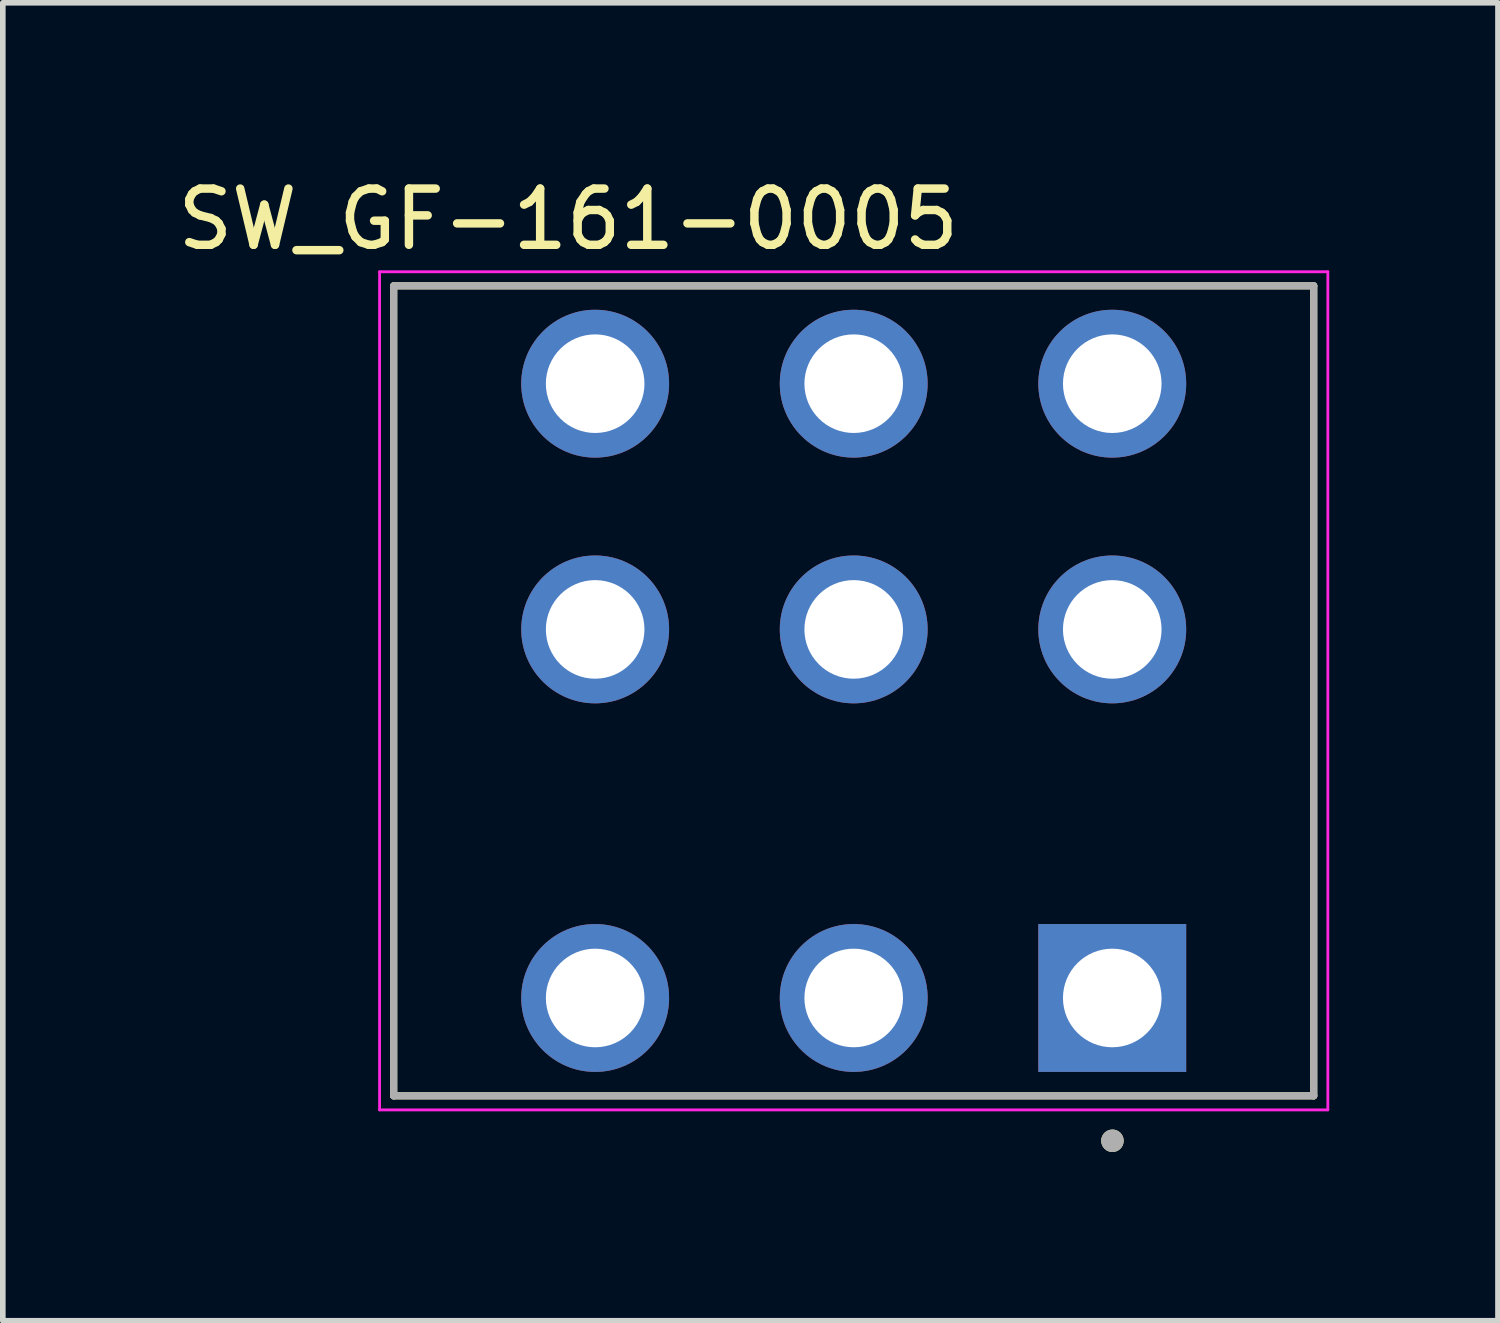
<source format=kicad_pcb>
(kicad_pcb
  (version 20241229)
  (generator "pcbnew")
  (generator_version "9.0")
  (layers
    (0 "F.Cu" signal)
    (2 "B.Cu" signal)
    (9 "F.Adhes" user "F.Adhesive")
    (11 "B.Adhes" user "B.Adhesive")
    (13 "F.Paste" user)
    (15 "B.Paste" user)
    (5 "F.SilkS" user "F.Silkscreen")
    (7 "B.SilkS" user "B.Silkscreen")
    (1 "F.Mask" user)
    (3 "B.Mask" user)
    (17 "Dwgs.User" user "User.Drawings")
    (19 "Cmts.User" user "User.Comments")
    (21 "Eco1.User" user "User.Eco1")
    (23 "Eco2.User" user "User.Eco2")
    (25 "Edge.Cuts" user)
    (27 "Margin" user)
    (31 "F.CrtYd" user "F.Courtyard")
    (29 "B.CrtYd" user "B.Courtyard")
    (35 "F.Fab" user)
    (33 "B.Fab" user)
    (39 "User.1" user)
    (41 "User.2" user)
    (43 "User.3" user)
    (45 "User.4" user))
  (footprint "SW_GF-161-0005"
    (layer "F.Cu")
    (at 12.129 9.233)
    (property "Reference" "SW_GF-161-0005" (at -5.075 -8.385 0) (layer "F.SilkS") (effects (font (size 1 1) (thickness 0.15))))
    (attr through_hole)
    (fp_line (start -8.179 -7.201) (end 8.179 -7.201) (stroke (width 0.127) (type solid)) (layer "F.SilkS"))
    (fp_line (start -8.179 7.201) (end -8.179 -7.201) (stroke (width 0.127) (type solid)) (layer "F.SilkS"))
    (fp_line (start 8.179 -7.201) (end 8.179 7.201) (stroke (width 0.127) (type solid)) (layer "F.SilkS"))
    (fp_line (start 8.179 7.201) (end -8.179 7.201) (stroke (width 0.127) (type solid)) (layer "F.SilkS"))
    (fp_circle (center 4.6 8) (end 4.7 8) (stroke (width 0.2) (type solid)) (fill no) (layer "F.SilkS"))
    (fp_line (start -8.43 -7.451) (end 8.43 -7.451) (stroke (width 0.05) (type solid)) (layer "F.CrtYd"))
    (fp_line (start -8.43 7.451) (end -8.43 -7.451) (stroke (width 0.05) (type solid)) (layer "F.CrtYd"))
    (fp_line (start 8.43 -7.451) (end 8.43 7.451) (stroke (width 0.05) (type solid)) (layer "F.CrtYd"))
    (fp_line (start 8.43 7.451) (end -8.43 7.451) (stroke (width 0.05) (type solid)) (layer "F.CrtYd"))
    (fp_line (start -8.179 -7.201) (end 8.179 -7.201) (stroke (width 0.127) (type solid)) (layer "F.Fab"))
    (fp_line (start -8.179 7.201) (end -8.179 -7.201) (stroke (width 0.127) (type solid)) (layer "F.Fab"))
    (fp_line (start 8.179 -7.201) (end 8.179 7.201) (stroke (width 0.127) (type solid)) (layer "F.Fab"))
    (fp_line (start 8.179 7.201) (end -8.179 7.201) (stroke (width 0.127) (type solid)) (layer "F.Fab"))
    (fp_circle (center 4.6 8) (end 4.7 8) (stroke (width 0.2) (type solid)) (fill no) (layer "F.Fab"))
    (pad "1" thru_hole rect (at 4.597 5.461) (size 2.629 2.629) (drill 1.753) (layers "*.Cu" "*.Mask"))
    (pad "2" thru_hole circle (at 0 5.461) (size 2.629 2.629) (drill 1.753) (layers "*.Cu" "*.Mask"))
    (pad "3" thru_hole circle (at -4.597 5.461) (size 2.629 2.629) (drill 1.753) (layers "*.Cu" "*.Mask"))
    (pad "4" thru_hole circle (at 4.597 -1.092) (size 2.629 2.629) (drill 1.753) (layers "*.Cu" "*.Mask"))
    (pad "5" thru_hole circle (at 0 -1.092) (size 2.629 2.629) (drill 1.753) (layers "*.Cu" "*.Mask"))
    (pad "6" thru_hole circle (at -4.597 -1.092) (size 2.629 2.629) (drill 1.753) (layers "*.Cu" "*.Mask"))
    (pad "7" thru_hole circle (at 4.597 -5.461) (size 2.629 2.629) (drill 1.753) (layers "*.Cu" "*.Mask"))
    (pad "8" thru_hole circle (at 0 -5.461) (size 2.629 2.629) (drill 1.753) (layers "*.Cu" "*.Mask"))
    (pad "9" thru_hole circle (at -4.597 -5.461) (size 2.629 2.629) (drill 1.753) (layers "*.Cu" "*.Mask")))
  (gr_rect
    (start -3 -3)
    (end 23.584 20.433)
    (stroke (width 0.1) (type default))
    (fill no)
    (layer "Edge.Cuts")))
</source>
